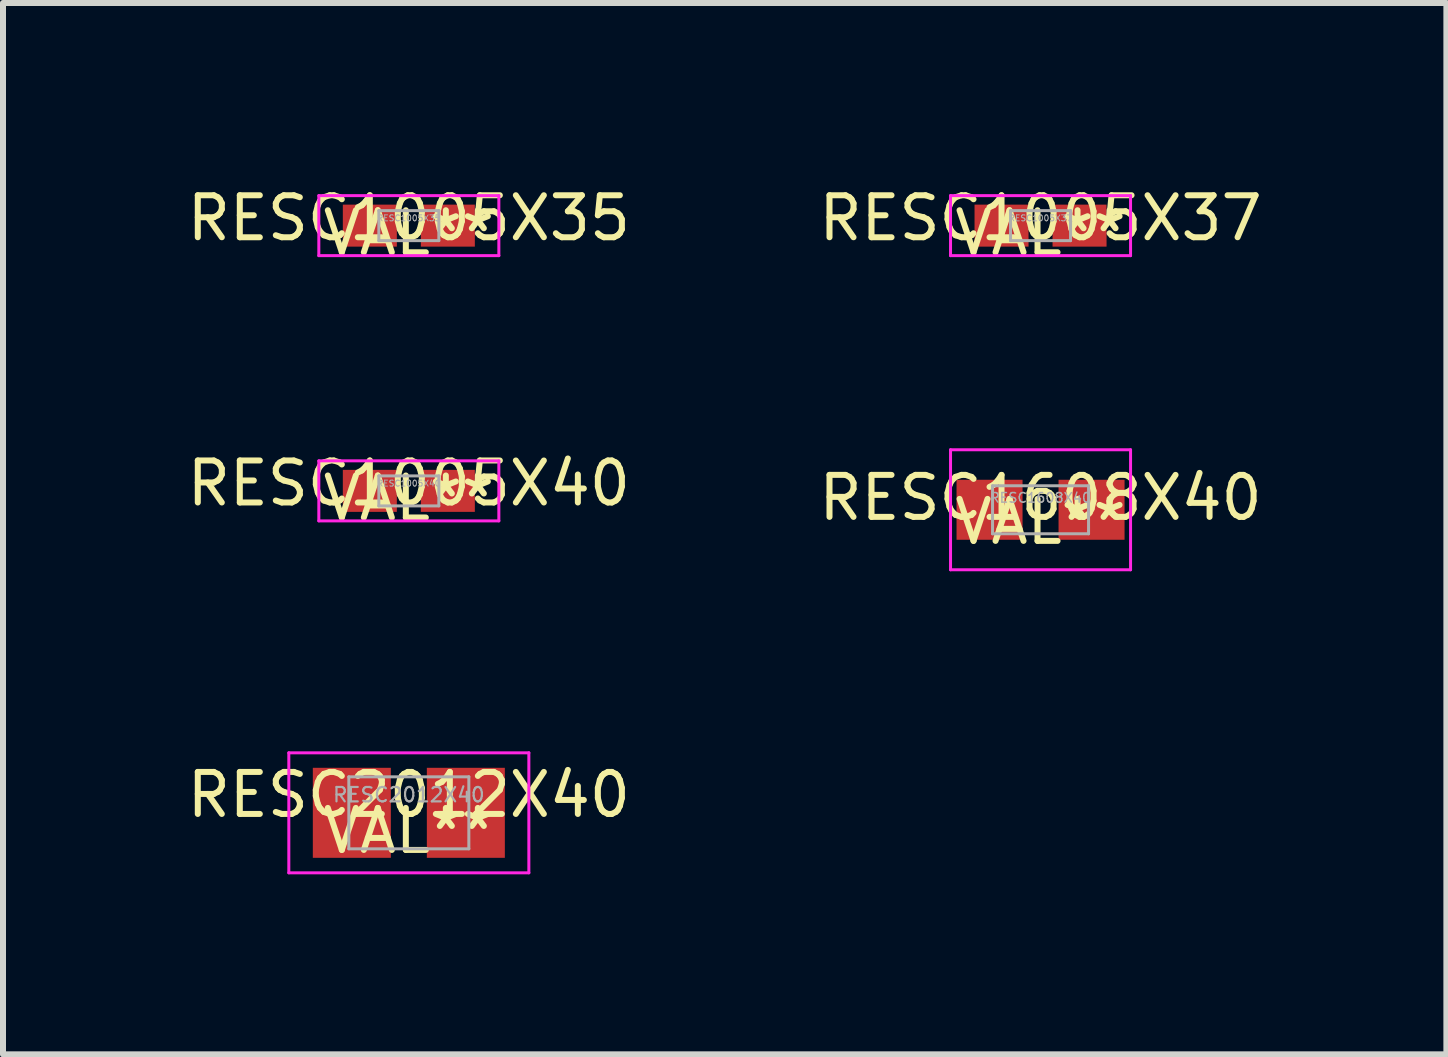
<source format=kicad_pcb>
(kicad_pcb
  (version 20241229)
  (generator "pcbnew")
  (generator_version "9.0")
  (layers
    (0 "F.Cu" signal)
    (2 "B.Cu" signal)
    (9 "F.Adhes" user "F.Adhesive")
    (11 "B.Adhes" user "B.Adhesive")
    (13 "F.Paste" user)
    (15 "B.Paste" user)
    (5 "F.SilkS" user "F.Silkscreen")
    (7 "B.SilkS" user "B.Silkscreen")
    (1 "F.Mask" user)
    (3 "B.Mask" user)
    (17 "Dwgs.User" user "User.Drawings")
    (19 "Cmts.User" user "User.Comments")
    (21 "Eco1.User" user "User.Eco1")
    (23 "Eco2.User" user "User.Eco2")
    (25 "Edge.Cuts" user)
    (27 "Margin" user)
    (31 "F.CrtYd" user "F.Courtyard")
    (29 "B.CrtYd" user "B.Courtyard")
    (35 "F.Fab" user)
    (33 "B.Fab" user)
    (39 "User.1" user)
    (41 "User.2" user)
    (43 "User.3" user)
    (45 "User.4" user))
  (footprint "RESC2012X40"
    (layer "F.Cu")
    (at 3.763 10.495)
    (property "Reference" "RESC2012X40" (at 0 -0.3 0) (layer "F.Fab") (effects (font (size 0.24 0.24) (thickness 0.036))))
    (property "Value" "VAL**" (at 0 0.3 0) (layer "F.Fab") (hide yes) (effects (font (size 0.24 0.24) (thickness 0.036))))
    (attr smd)
    (fp_line (start -2 -1) (end 2 -1) (stroke (width 0.05) (type solid)) (layer "F.CrtYd"))
    (fp_line (start -2 1) (end -2 -1) (stroke (width 0.05) (type solid)) (layer "F.CrtYd"))
    (fp_line (start 2 -1) (end 2 1) (stroke (width 0.05) (type solid)) (layer "F.CrtYd"))
    (fp_line (start 2 1) (end -2 1) (stroke (width 0.05) (type solid)) (layer "F.CrtYd"))
    (fp_line (start -1 -0.6) (end 1 -0.6) (stroke (width 0.05) (type solid)) (layer "F.Fab"))
    (fp_line (start -1 0.6) (end -1 -0.6) (stroke (width 0.05) (type solid)) (layer "F.Fab"))
    (fp_line (start 1 -0.6) (end 1 0.6) (stroke (width 0.05) (type solid)) (layer "F.Fab"))
    (fp_line (start 1 0.6) (end -1 0.6) (stroke (width 0.05) (type solid)) (layer "F.Fab"))
    (fp_text user "${REFERENCE}" (at 0 -0.3 0) (layer "F.SilkS") (effects (font (size 0.7 0.7) (thickness 0.1))))
    (fp_text user "${VALUE}" (at 0 0.3 0) (layer "F.SilkS") (effects (font (size 0.7 0.7) (thickness 0.1))))
    (pad "1" smd rect (at -0.95 0) (size 1.3 1.5) (layers "F.Cu" "F.Mask" "F.Paste"))
    (pad "2" smd rect (at 0.95 0) (size 1.3 1.5) (layers "F.Cu" "F.Mask" "F.Paste")))
  (footprint "RESC1005X37"
    (layer "F.Cu")
    (at 14.29 0.71)
    (property "Reference" "RESC1005X37" (at 0 -0.125 0) (layer "F.Fab") (effects (font (size 0.1 0.1) (thickness 0.015))))
    (property "Value" "VAL**" (at 0 0.125 0) (layer "F.Fab") (hide yes) (effects (font (size 0.1 0.1) (thickness 0.015))))
    (attr smd)
    (fp_line (start -1.5 -0.5) (end 1.5 -0.5) (stroke (width 0.05) (type solid)) (layer "F.CrtYd"))
    (fp_line (start -1.5 0.5) (end -1.5 -0.5) (stroke (width 0.05) (type solid)) (layer "F.CrtYd"))
    (fp_line (start 1.5 -0.5) (end 1.5 0.5) (stroke (width 0.05) (type solid)) (layer "F.CrtYd"))
    (fp_line (start 1.5 0.5) (end -1.5 0.5) (stroke (width 0.05) (type solid)) (layer "F.CrtYd"))
    (fp_line (start -0.5 -0.25) (end 0.5 -0.25) (stroke (width 0.05) (type solid)) (layer "F.Fab"))
    (fp_line (start -0.5 0.25) (end -0.5 -0.25) (stroke (width 0.05) (type solid)) (layer "F.Fab"))
    (fp_line (start 0.5 -0.25) (end 0.5 0.25) (stroke (width 0.05) (type solid)) (layer "F.Fab"))
    (fp_line (start 0.5 0.25) (end -0.5 0.25) (stroke (width 0.05) (type solid)) (layer "F.Fab"))
    (fp_text user "${REFERENCE}" (at 0 -0.125 0) (layer "F.SilkS") (effects (font (size 0.7 0.7) (thickness 0.1))))
    (fp_text user "${VALUE}" (at 0 0.125 0) (layer "F.SilkS") (effects (font (size 0.7 0.7) (thickness 0.1))))
    (pad "1" smd rect (at -0.65 0) (size 0.9 0.7) (layers "F.Cu" "F.Mask" "F.Paste"))
    (pad "2" smd rect (at 0.65 0) (size 0.9 0.7) (layers "F.Cu" "F.Mask" "F.Paste")))
  (footprint "RESC1005X40"
    (layer "F.Cu")
    (at 3.763 5.13)
    (property "Reference" "RESC1005X40" (at 0 -0.125 0) (layer "F.Fab") (effects (font (size 0.1 0.1) (thickness 0.015))))
    (property "Value" "VAL**" (at 0 0.125 0) (layer "F.Fab") (hide yes) (effects (font (size 0.1 0.1) (thickness 0.015))))
    (attr smd)
    (fp_line (start -1.5 -0.5) (end 1.5 -0.5) (stroke (width 0.05) (type solid)) (layer "F.CrtYd"))
    (fp_line (start -1.5 0.5) (end -1.5 -0.5) (stroke (width 0.05) (type solid)) (layer "F.CrtYd"))
    (fp_line (start 1.5 -0.5) (end 1.5 0.5) (stroke (width 0.05) (type solid)) (layer "F.CrtYd"))
    (fp_line (start 1.5 0.5) (end -1.5 0.5) (stroke (width 0.05) (type solid)) (layer "F.CrtYd"))
    (fp_line (start -0.5 -0.25) (end 0.5 -0.25) (stroke (width 0.05) (type solid)) (layer "F.Fab"))
    (fp_line (start -0.5 0.25) (end -0.5 -0.25) (stroke (width 0.05) (type solid)) (layer "F.Fab"))
    (fp_line (start 0.5 -0.25) (end 0.5 0.25) (stroke (width 0.05) (type solid)) (layer "F.Fab"))
    (fp_line (start 0.5 0.25) (end -0.5 0.25) (stroke (width 0.05) (type solid)) (layer "F.Fab"))
    (fp_text user "${VALUE}" (at 0 0.125 0) (layer "F.SilkS") (effects (font (size 0.7 0.7) (thickness 0.1))))
    (fp_text user "${REFERENCE}" (at 0 -0.125 0) (layer "F.SilkS") (effects (font (size 0.7 0.7) (thickness 0.1))))
    (pad "1" smd rect (at -0.65 0) (size 0.9 0.7) (layers "F.Cu" "F.Mask" "F.Paste"))
    (pad "2" smd rect (at 0.65 0) (size 0.9 0.7) (layers "F.Cu" "F.Mask" "F.Paste")))
  (footprint "RESC1005X35"
    (layer "F.Cu")
    (at 3.763 0.71)
    (property "Reference" "RESC1005X35" (at 0 -0.125 0) (layer "F.Fab") (effects (font (size 0.1 0.1) (thickness 0.015))))
    (property "Value" "VAL**" (at 0 0.125 0) (layer "F.Fab") (hide yes) (effects (font (size 0.1 0.1) (thickness 0.015))))
    (attr smd)
    (fp_line (start -1.5 -0.5) (end 1.5 -0.5) (stroke (width 0.05) (type solid)) (layer "F.CrtYd"))
    (fp_line (start -1.5 0.5) (end -1.5 -0.5) (stroke (width 0.05) (type solid)) (layer "F.CrtYd"))
    (fp_line (start 1.5 -0.5) (end 1.5 0.5) (stroke (width 0.05) (type solid)) (layer "F.CrtYd"))
    (fp_line (start 1.5 0.5) (end -1.5 0.5) (stroke (width 0.05) (type solid)) (layer "F.CrtYd"))
    (fp_line (start -0.5 -0.25) (end 0.5 -0.25) (stroke (width 0.05) (type solid)) (layer "F.Fab"))
    (fp_line (start -0.5 0.25) (end -0.5 -0.25) (stroke (width 0.05) (type solid)) (layer "F.Fab"))
    (fp_line (start 0.5 -0.25) (end 0.5 0.25) (stroke (width 0.05) (type solid)) (layer "F.Fab"))
    (fp_line (start 0.5 0.25) (end -0.5 0.25) (stroke (width 0.05) (type solid)) (layer "F.Fab"))
    (fp_text user "${VALUE}" (at 0 0.125 0) (layer "F.SilkS") (effects (font (size 0.7 0.7) (thickness 0.1))))
    (fp_text user "${REFERENCE}" (at 0 -0.125 0) (layer "F.SilkS") (effects (font (size 0.7 0.7) (thickness 0.1))))
    (pad "1" smd rect (at -0.65 0) (size 0.9 0.7) (layers "F.Cu" "F.Mask" "F.Paste"))
    (pad "2" smd rect (at 0.65 0) (size 0.9 0.7) (layers "F.Cu" "F.Mask" "F.Paste")))
  (footprint "RESC1608X40"
    (layer "F.Cu")
    (at 14.29 5.445)
    (property "Reference" "RESC1608X40" (at 0 -0.2 0) (layer "F.Fab") (effects (font (size 0.16 0.16) (thickness 0.024))))
    (property "Value" "VAL**" (at 0 0.2 0) (layer "F.Fab") (hide yes) (effects (font (size 0.16 0.16) (thickness 0.024))))
    (attr smd)
    (fp_line (start -1.5 -1) (end 1.5 -1) (stroke (width 0.05) (type solid)) (layer "F.CrtYd"))
    (fp_line (start -1.5 1) (end -1.5 -1) (stroke (width 0.05) (type solid)) (layer "F.CrtYd"))
    (fp_line (start 1.5 -1) (end 1.5 1) (stroke (width 0.05) (type solid)) (layer "F.CrtYd"))
    (fp_line (start 1.5 1) (end -1.5 1) (stroke (width 0.05) (type solid)) (layer "F.CrtYd"))
    (fp_line (start -0.8 -0.4) (end 0.8 -0.4) (stroke (width 0.05) (type solid)) (layer "F.Fab"))
    (fp_line (start -0.8 0.4) (end -0.8 -0.4) (stroke (width 0.05) (type solid)) (layer "F.Fab"))
    (fp_line (start 0.8 -0.4) (end 0.8 0.4) (stroke (width 0.05) (type solid)) (layer "F.Fab"))
    (fp_line (start 0.8 0.4) (end -0.8 0.4) (stroke (width 0.05) (type solid)) (layer "F.Fab"))
    (fp_text user "${REFERENCE}" (at 0 -0.2 0) (layer "F.SilkS") (effects (font (size 0.7 0.7) (thickness 0.1))))
    (fp_text user "${VALUE}" (at 0 0.2 0) (layer "F.SilkS") (effects (font (size 0.7 0.7) (thickness 0.1))))
    (pad "1" smd rect (at -0.85 0) (size 1.1 1) (layers "F.Cu" "F.Mask" "F.Paste"))
    (pad "2" smd rect (at 0.85 0) (size 1.1 1) (layers "F.Cu" "F.Mask" "F.Paste")))
  (gr_rect
    (start -3 -3)
    (end 21.053 14.52)
    (stroke (width 0.1) (type default))
    (fill no)
    (layer "Edge.Cuts")))
</source>
